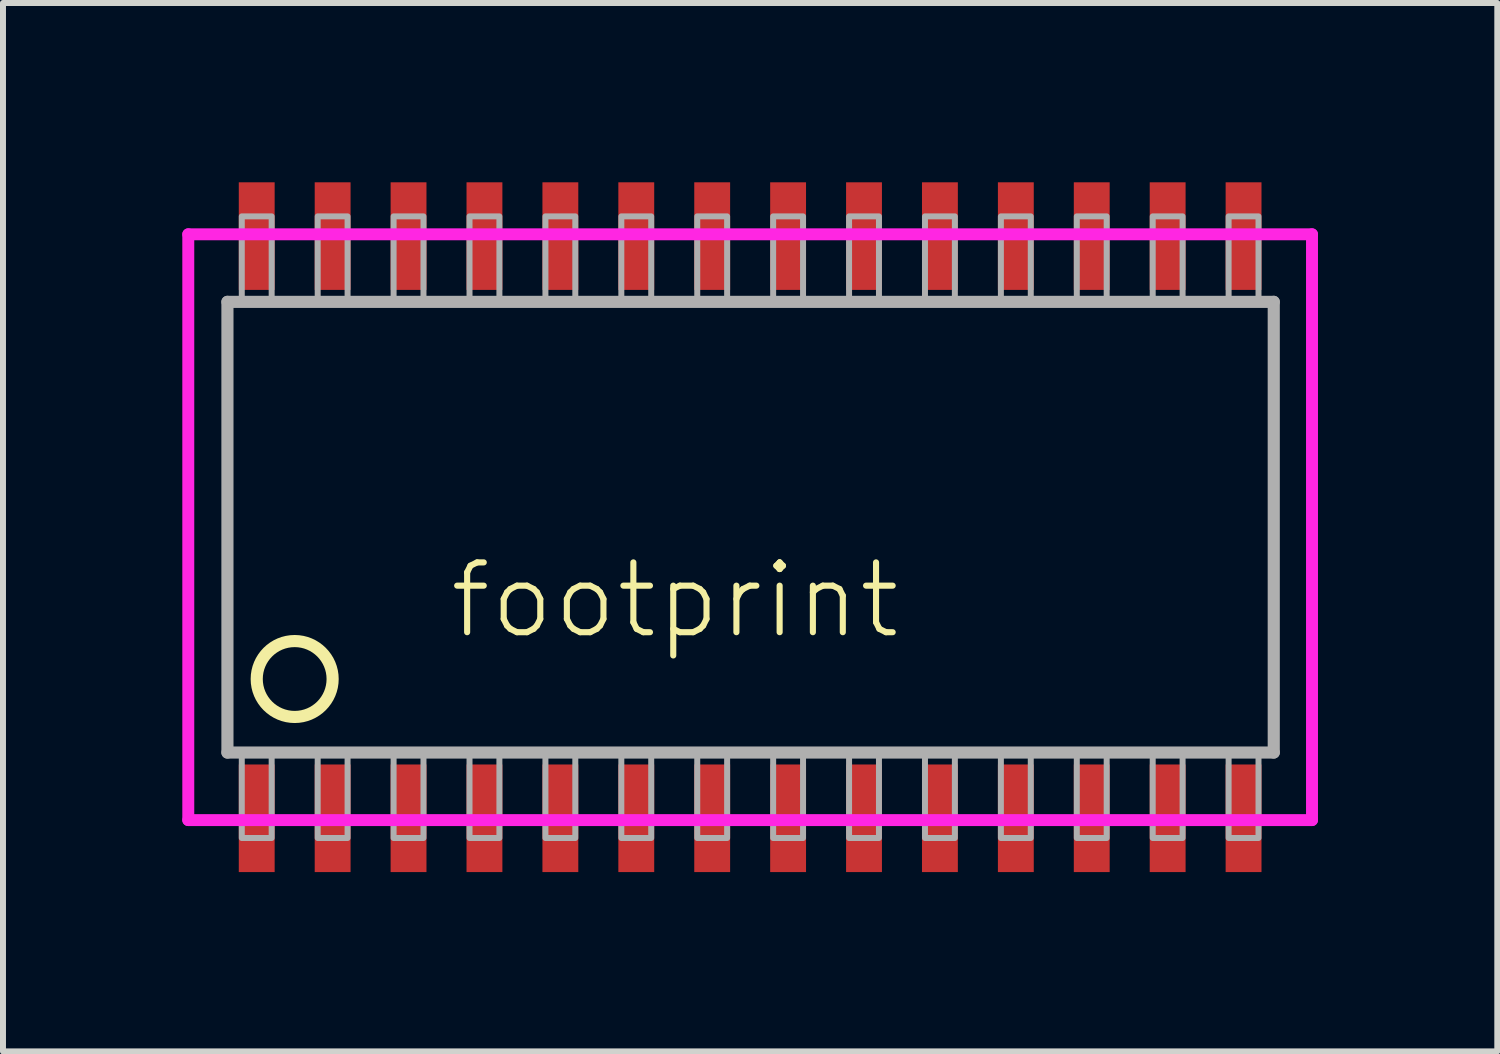
<source format=kicad_pcb>
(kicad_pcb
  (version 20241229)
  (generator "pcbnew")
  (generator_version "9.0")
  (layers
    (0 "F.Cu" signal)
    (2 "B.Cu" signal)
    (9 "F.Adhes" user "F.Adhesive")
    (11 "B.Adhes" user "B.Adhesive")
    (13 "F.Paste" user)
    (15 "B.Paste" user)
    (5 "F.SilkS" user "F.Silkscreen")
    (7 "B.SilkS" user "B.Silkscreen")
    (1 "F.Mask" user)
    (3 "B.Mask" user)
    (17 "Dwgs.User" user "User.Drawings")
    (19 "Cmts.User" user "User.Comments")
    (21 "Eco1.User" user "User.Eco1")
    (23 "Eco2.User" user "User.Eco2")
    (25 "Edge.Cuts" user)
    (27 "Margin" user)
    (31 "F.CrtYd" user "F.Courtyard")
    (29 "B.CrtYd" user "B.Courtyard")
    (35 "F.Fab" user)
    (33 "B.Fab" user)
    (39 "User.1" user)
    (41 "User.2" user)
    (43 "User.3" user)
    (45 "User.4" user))
  (footprint "footprint"
    (layer "F.Cu")
    (at 9.5 5.77)
    (property "Reference" "footprint" (at -5.08 1.905 0) (layer "F.SilkS") (effects (font (size 1.168 1.168) (thickness 0.102)) (justify left bottom)))
    (fp_circle (center -7.62 2.54) (end -6.985 2.54) (stroke (width 0.203) (type solid)) (fill no) (layer "F.SilkS"))
    (fp_line (start -9.4 -4.9) (end 9.4 -4.9) (stroke (width 0.2) (type solid)) (layer "F.CrtYd"))
    (fp_line (start -9.4 4.9) (end -9.4 -4.9) (stroke (width 0.2) (type solid)) (layer "F.CrtYd"))
    (fp_line (start 9.4 -4.9) (end 9.4 4.9) (stroke (width 0.2) (type solid)) (layer "F.CrtYd"))
    (fp_line (start 9.4 4.9) (end -9.4 4.9) (stroke (width 0.2) (type solid)) (layer "F.CrtYd"))
    (fp_line (start -8.745 -3.77) (end 8.76 -3.77) (stroke (width 0.203) (type solid)) (layer "F.Fab"))
    (fp_line (start -8.745 3.77) (end -8.745 -3.77) (stroke (width 0.203) (type solid)) (layer "F.Fab"))
    (fp_line (start 8.76 -3.77) (end 8.76 3.77) (stroke (width 0.203) (type solid)) (layer "F.Fab"))
    (fp_line (start 8.76 3.77) (end -8.745 3.77) (stroke (width 0.203) (type solid)) (layer "F.Fab"))
    (fp_poly (pts (xy -8.505 -3.78) (xy -8.005 -3.78) (xy -8.005 -5.2) (xy -8.505 -5.2)) (stroke (width 0.1) (type solid)) (fill no) (layer "F.Fab"))
    (fp_poly (pts (xy -8.505 5.2) (xy -8.005 5.2) (xy -8.005 3.78) (xy -8.505 3.78)) (stroke (width 0.1) (type solid)) (fill no) (layer "F.Fab"))
    (fp_poly (pts (xy -7.235 -3.78) (xy -6.735 -3.78) (xy -6.735 -5.2) (xy -7.235 -5.2)) (stroke (width 0.1) (type solid)) (fill no) (layer "F.Fab"))
    (fp_poly (pts (xy -7.235 5.2) (xy -6.735 5.2) (xy -6.735 3.78) (xy -7.235 3.78)) (stroke (width 0.1) (type solid)) (fill no) (layer "F.Fab"))
    (fp_poly (pts (xy -5.965 -3.78) (xy -5.465 -3.78) (xy -5.465 -5.2) (xy -5.965 -5.2)) (stroke (width 0.1) (type solid)) (fill no) (layer "F.Fab"))
    (fp_poly (pts (xy -5.965 5.2) (xy -5.465 5.2) (xy -5.465 3.78) (xy -5.965 3.78)) (stroke (width 0.1) (type solid)) (fill no) (layer "F.Fab"))
    (fp_poly (pts (xy -4.695 -3.78) (xy -4.195 -3.78) (xy -4.195 -5.2) (xy -4.695 -5.2)) (stroke (width 0.1) (type solid)) (fill no) (layer "F.Fab"))
    (fp_poly (pts (xy -4.695 5.2) (xy -4.195 5.2) (xy -4.195 3.78) (xy -4.695 3.78)) (stroke (width 0.1) (type solid)) (fill no) (layer "F.Fab"))
    (fp_poly (pts (xy -3.425 -3.78) (xy -2.925 -3.78) (xy -2.925 -5.2) (xy -3.425 -5.2)) (stroke (width 0.1) (type solid)) (fill no) (layer "F.Fab"))
    (fp_poly (pts (xy -3.425 5.2) (xy -2.925 5.2) (xy -2.925 3.78) (xy -3.425 3.78)) (stroke (width 0.1) (type solid)) (fill no) (layer "F.Fab"))
    (fp_poly (pts (xy -2.155 -3.78) (xy -1.655 -3.78) (xy -1.655 -5.2) (xy -2.155 -5.2)) (stroke (width 0.1) (type solid)) (fill no) (layer "F.Fab"))
    (fp_poly (pts (xy -2.155 5.2) (xy -1.655 5.2) (xy -1.655 3.78) (xy -2.155 3.78)) (stroke (width 0.1) (type solid)) (fill no) (layer "F.Fab"))
    (fp_poly (pts (xy -0.885 -3.78) (xy -0.385 -3.78) (xy -0.385 -5.2) (xy -0.885 -5.2)) (stroke (width 0.1) (type solid)) (fill no) (layer "F.Fab"))
    (fp_poly (pts (xy -0.885 5.2) (xy -0.385 5.2) (xy -0.385 3.78) (xy -0.885 3.78)) (stroke (width 0.1) (type solid)) (fill no) (layer "F.Fab"))
    (fp_poly (pts (xy 0.385 -3.78) (xy 0.885 -3.78) (xy 0.885 -5.2) (xy 0.385 -5.2)) (stroke (width 0.1) (type solid)) (fill no) (layer "F.Fab"))
    (fp_poly (pts (xy 0.385 5.2) (xy 0.885 5.2) (xy 0.885 3.78) (xy 0.385 3.78)) (stroke (width 0.1) (type solid)) (fill no) (layer "F.Fab"))
    (fp_poly (pts (xy 1.655 -3.78) (xy 2.155 -3.78) (xy 2.155 -5.2) (xy 1.655 -5.2)) (stroke (width 0.1) (type solid)) (fill no) (layer "F.Fab"))
    (fp_poly (pts (xy 1.655 5.2) (xy 2.155 5.2) (xy 2.155 3.78) (xy 1.655 3.78)) (stroke (width 0.1) (type solid)) (fill no) (layer "F.Fab"))
    (fp_poly (pts (xy 2.925 -3.78) (xy 3.425 -3.78) (xy 3.425 -5.2) (xy 2.925 -5.2)) (stroke (width 0.1) (type solid)) (fill no) (layer "F.Fab"))
    (fp_poly (pts (xy 2.925 5.2) (xy 3.425 5.2) (xy 3.425 3.78) (xy 2.925 3.78)) (stroke (width 0.1) (type solid)) (fill no) (layer "F.Fab"))
    (fp_poly (pts (xy 4.195 -3.78) (xy 4.695 -3.78) (xy 4.695 -5.2) (xy 4.195 -5.2)) (stroke (width 0.1) (type solid)) (fill no) (layer "F.Fab"))
    (fp_poly (pts (xy 4.195 5.2) (xy 4.695 5.2) (xy 4.695 3.78) (xy 4.195 3.78)) (stroke (width 0.1) (type solid)) (fill no) (layer "F.Fab"))
    (fp_poly (pts (xy 5.465 -3.78) (xy 5.965 -3.78) (xy 5.965 -5.2) (xy 5.465 -5.2)) (stroke (width 0.1) (type solid)) (fill no) (layer "F.Fab"))
    (fp_poly (pts (xy 5.465 5.2) (xy 5.965 5.2) (xy 5.965 3.78) (xy 5.465 3.78)) (stroke (width 0.1) (type solid)) (fill no) (layer "F.Fab"))
    (fp_poly (pts (xy 6.735 -3.78) (xy 7.235 -3.78) (xy 7.235 -5.2) (xy 6.735 -5.2)) (stroke (width 0.1) (type solid)) (fill no) (layer "F.Fab"))
    (fp_poly (pts (xy 6.735 5.2) (xy 7.235 5.2) (xy 7.235 3.78) (xy 6.735 3.78)) (stroke (width 0.1) (type solid)) (fill no) (layer "F.Fab"))
    (fp_poly (pts (xy 8.005 -3.78) (xy 8.505 -3.78) (xy 8.505 -5.2) (xy 8.005 -5.2)) (stroke (width 0.1) (type solid)) (fill no) (layer "F.Fab"))
    (fp_poly (pts (xy 8.005 5.2) (xy 8.505 5.2) (xy 8.505 3.78) (xy 8.005 3.78)) (stroke (width 0.1) (type solid)) (fill no) (layer "F.Fab"))
    (pad "1" smd rect (at -8.255 4.87) (size 0.6 1.8) (layers "F.Cu" "F.Mask" "F.Paste"))
    (pad "2" smd rect (at -6.985 4.87) (size 0.6 1.8) (layers "F.Cu" "F.Mask" "F.Paste"))
    (pad "3" smd rect (at -5.715 4.87) (size 0.6 1.8) (layers "F.Cu" "F.Mask" "F.Paste"))
    (pad "4" smd rect (at -4.445 4.87) (size 0.6 1.8) (layers "F.Cu" "F.Mask" "F.Paste"))
    (pad "5" smd rect (at -3.175 4.87) (size 0.6 1.8) (layers "F.Cu" "F.Mask" "F.Paste"))
    (pad "6" smd rect (at -1.905 4.87) (size 0.6 1.8) (layers "F.Cu" "F.Mask" "F.Paste"))
    (pad "7" smd rect (at -0.635 4.87) (size 0.6 1.8) (layers "F.Cu" "F.Mask" "F.Paste"))
    (pad "8" smd rect (at 0.635 4.87) (size 0.6 1.8) (layers "F.Cu" "F.Mask" "F.Paste"))
    (pad "9" smd rect (at 1.905 4.87) (size 0.6 1.8) (layers "F.Cu" "F.Mask" "F.Paste"))
    (pad "10" smd rect (at 3.175 4.87) (size 0.6 1.8) (layers "F.Cu" "F.Mask" "F.Paste"))
    (pad "11" smd rect (at 4.445 4.87) (size 0.6 1.8) (layers "F.Cu" "F.Mask" "F.Paste"))
    (pad "12" smd rect (at 5.715 4.87) (size 0.6 1.8) (layers "F.Cu" "F.Mask" "F.Paste"))
    (pad "13" smd rect (at 6.985 4.87) (size 0.6 1.8) (layers "F.Cu" "F.Mask" "F.Paste"))
    (pad "14" smd rect (at 8.255 4.87) (size 0.6 1.8) (layers "F.Cu" "F.Mask" "F.Paste"))
    (pad "15" smd rect (at 8.255 -4.87) (size 0.6 1.8) (layers "F.Cu" "F.Mask" "F.Paste"))
    (pad "16" smd rect (at 6.985 -4.87) (size 0.6 1.8) (layers "F.Cu" "F.Mask" "F.Paste"))
    (pad "17" smd rect (at 5.715 -4.87) (size 0.6 1.8) (layers "F.Cu" "F.Mask" "F.Paste"))
    (pad "18" smd rect (at 4.445 -4.87) (size 0.6 1.8) (layers "F.Cu" "F.Mask" "F.Paste"))
    (pad "19" smd rect (at 3.175 -4.87) (size 0.6 1.8) (layers "F.Cu" "F.Mask" "F.Paste"))
    (pad "20" smd rect (at 1.905 -4.87) (size 0.6 1.8) (layers "F.Cu" "F.Mask" "F.Paste"))
    (pad "21" smd rect (at 0.635 -4.87) (size 0.6 1.8) (layers "F.Cu" "F.Mask" "F.Paste"))
    (pad "22" smd rect (at -0.635 -4.87) (size 0.6 1.8) (layers "F.Cu" "F.Mask" "F.Paste"))
    (pad "23" smd rect (at -1.905 -4.87) (size 0.6 1.8) (layers "F.Cu" "F.Mask" "F.Paste"))
    (pad "24" smd rect (at -3.175 -4.87) (size 0.6 1.8) (layers "F.Cu" "F.Mask" "F.Paste"))
    (pad "25" smd rect (at -4.445 -4.87) (size 0.6 1.8) (layers "F.Cu" "F.Mask" "F.Paste"))
    (pad "26" smd rect (at -5.715 -4.87) (size 0.6 1.8) (layers "F.Cu" "F.Mask" "F.Paste"))
    (pad "27" smd rect (at -6.985 -4.87) (size 0.6 1.8) (layers "F.Cu" "F.Mask" "F.Paste"))
    (pad "28" smd rect (at -8.255 -4.87) (size 0.6 1.8) (layers "F.Cu" "F.Mask" "F.Paste")))
  (gr_rect
    (start -3 -3)
    (end 22 14.54)
    (stroke (width 0.1) (type default))
    (fill no)
    (layer "Edge.Cuts")))
</source>
